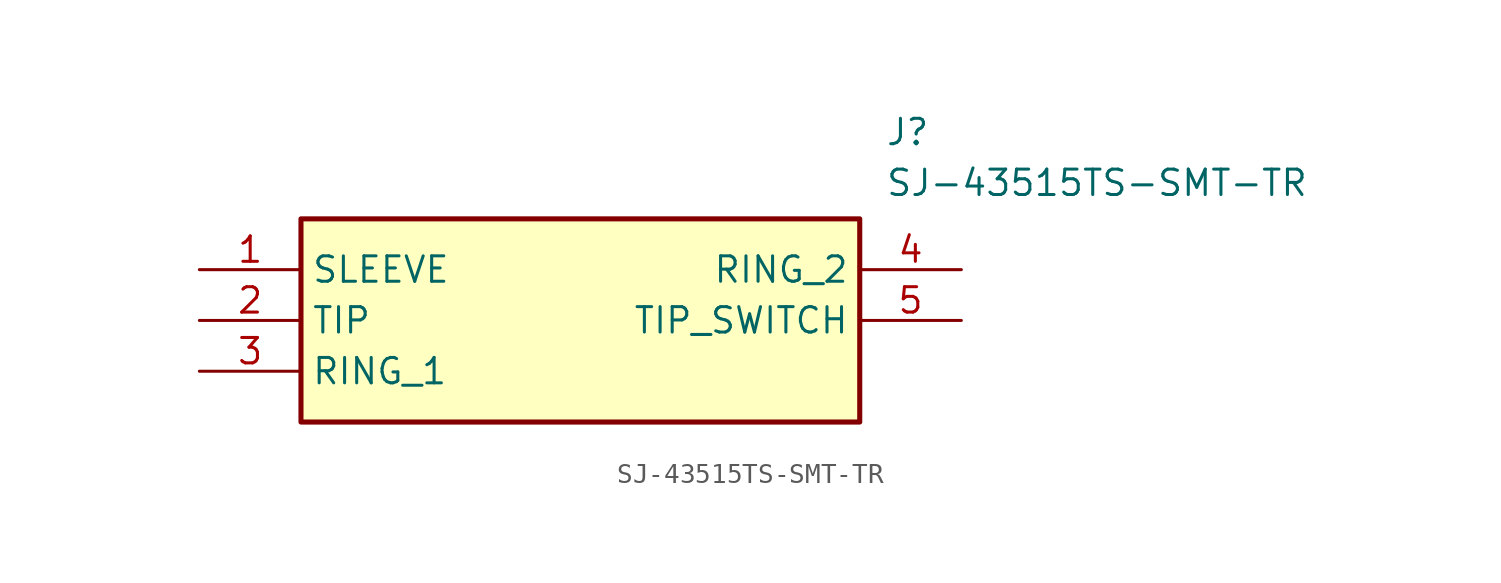
<source format=kicad_sym>
(kicad_symbol_lib
  (version 20231120)
  (generator "kicad_symbol_editor")
  (generator_version "8.0")
  (symbol "SJ-43515TS-SMT-TR"
    (property "Reference" "J"
      (at 34.29 7.62 0)
      (effects (font (size 1.27 1.27)) (justify left top)))
    (property "Value" "SJ-43515TS-SMT-TR"
      (at 34.29 5.08 0)
      (effects (font (size 1.27 1.27)) (justify left top)))
    (symbol "SJ-43515TS-SMT-TR_1_1"
      (rectangle (start 5.08 2.54) (end 33.02 -7.62) (stroke (width 0.254) (type default)) (fill (type background)))
      (pin passive line (at 0 0 0) (length 5.08) (name "SLEEVE" (effects (font (size 1.27 1.27)))) (number "1" (effects (font (size 1.27 1.27)))))
      (pin passive line (at 0 -2.54 0) (length 5.08) (name "TIP" (effects (font (size 1.27 1.27)))) (number "2" (effects (font (size 1.27 1.27)))))
      (pin passive line (at 0 -5.08 0) (length 5.08) (name "RING_1" (effects (font (size 1.27 1.27)))) (number "3" (effects (font (size 1.27 1.27)))))
      (pin passive line (at 38.1 0 180) (length 5.08) (name "RING_2" (effects (font (size 1.27 1.27)))) (number "4" (effects (font (size 1.27 1.27)))))
      (pin passive line (at 38.1 -2.54 180) (length 5.08) (name "TIP_SWITCH" (effects (font (size 1.27 1.27)))) (number "5" (effects (font (size 1.27 1.27))))))))
</source>
